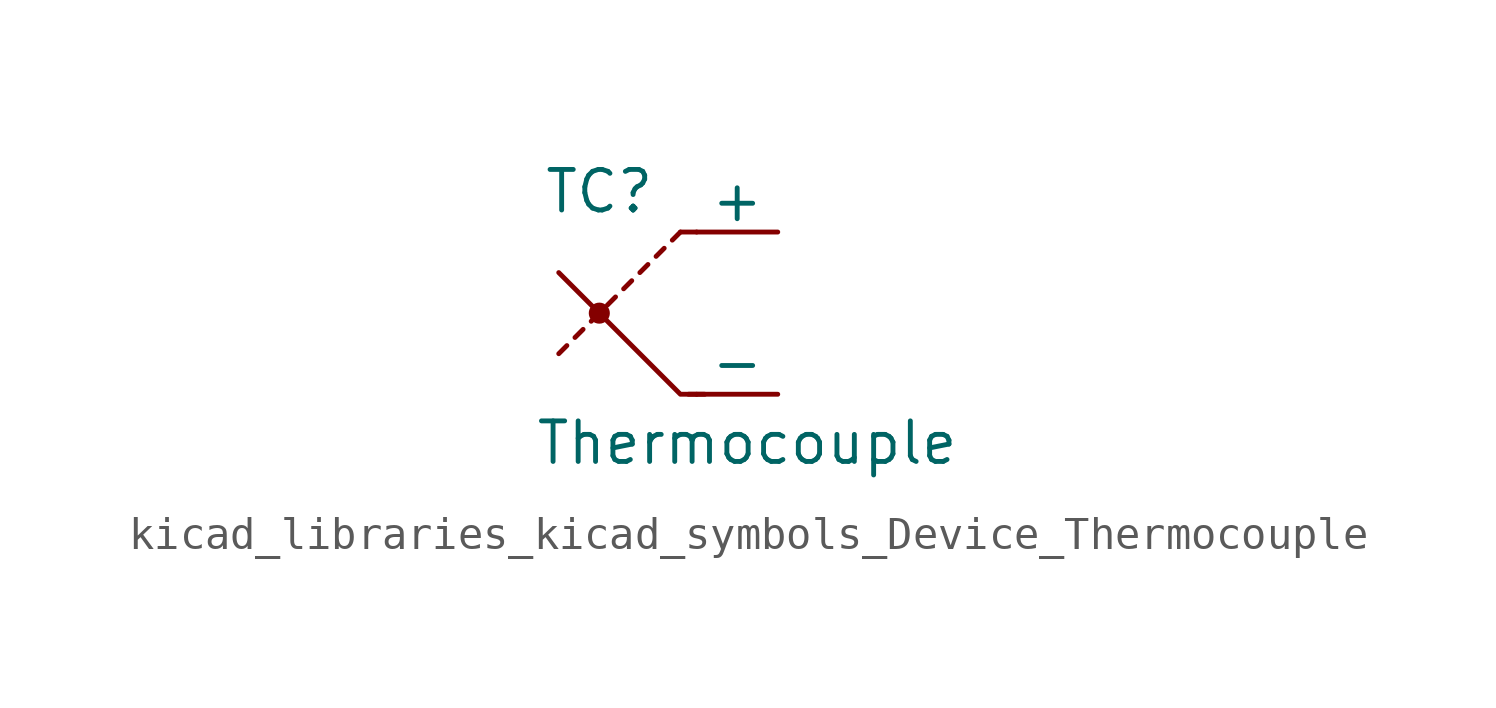
<source format=kicad_sym>
(kicad_symbol_lib
  (version 20220914)
  (generator kicad_symbol_editor)
  (symbol "kicad_libraries_kicad_symbols_Device_Thermocouple"
    (pin_numbers hide)
    (pin_names
      (offset 0))
    (property "Reference" "TC"
      (at -3.048 3.81 0)
      (effects (font (size 1.27 1.27))))
    (property "Value" "Thermocouple"
      (at -5.08 -4.064 0)
      (effects (font (size 1.27 1.27)) (justify left)))
    (symbol "kicad_libraries_kicad_symbols_Device_Thermocouple_0_1"
      (circle (center -3.048 0) (radius 0.254) (stroke (width 0) (type default)) (fill (type outline)))
      (polyline (pts (xy -4.064 -1.016) (xy -4.318 -1.27)) (stroke (width 0) (type default)) (fill (type none)))
      (polyline (pts (xy -3.556 -0.508) (xy -3.81 -0.762)) (stroke (width 0) (type default)) (fill (type none)))
      (polyline (pts (xy -3.048 0) (xy -3.302 -0.254)) (stroke (width 0) (type default)) (fill (type none)))
      (polyline (pts (xy -2.54 0.508) (xy -2.794 0.254)) (stroke (width 0) (type default)) (fill (type none)))
      (polyline (pts (xy -2.032 1.016) (xy -2.286 0.762)) (stroke (width 0) (type default)) (fill (type none)))
      (polyline (pts (xy -1.524 1.524) (xy -1.778 1.27)) (stroke (width 0) (type default)) (fill (type none)))
      (polyline (pts (xy -1.016 2.032) (xy -1.27 1.778)) (stroke (width 0) (type default)) (fill (type none)))
      (polyline (pts (xy -0.508 2.54) (xy -0.762 2.286)) (stroke (width 0) (type default)) (fill (type none)))
      (polyline (pts (xy 0 -2.54) (xy -0.254 -2.54)) (stroke (width 0) (type default)) (fill (type none)))
      (polyline (pts (xy 0 2.54) (xy -0.508 2.54)) (stroke (width 0) (type default)) (fill (type none)))
      (polyline (pts (xy 0.254 -2.54) (xy -0.508 -2.54) (xy -4.318 1.27)) (stroke (width 0) (type default)) (fill (type none))))
    (symbol "kicad_libraries_kicad_symbols_Device_Thermocouple_1_1"
      (pin passive line (at 2.54 2.54 180) (length 2.54) (name "+" (effects (font (size 1.27 1.27)))) (number "1" (effects (font (size 1.27 1.27)))))
      (pin passive line (at 2.54 -2.54 180) (length 2.54) (name "-" (effects (font (size 1.27 1.27)))) (number "2" (effects (font (size 1.27 1.27))))))))
</source>
